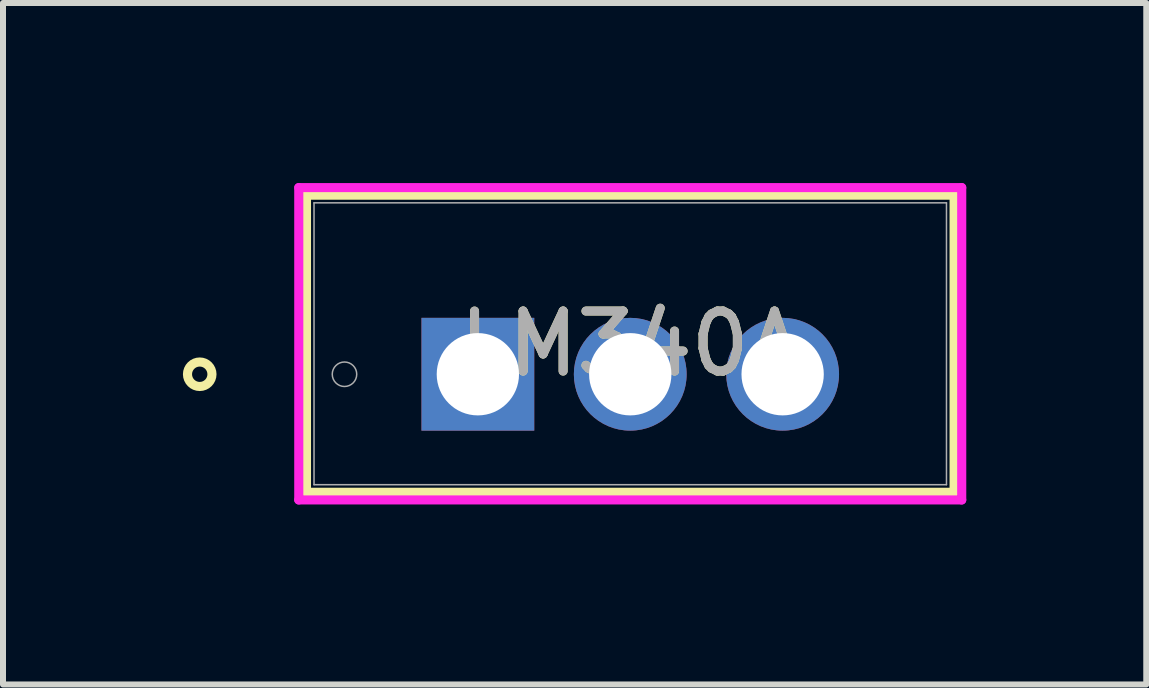
<source format=kicad_pcb>
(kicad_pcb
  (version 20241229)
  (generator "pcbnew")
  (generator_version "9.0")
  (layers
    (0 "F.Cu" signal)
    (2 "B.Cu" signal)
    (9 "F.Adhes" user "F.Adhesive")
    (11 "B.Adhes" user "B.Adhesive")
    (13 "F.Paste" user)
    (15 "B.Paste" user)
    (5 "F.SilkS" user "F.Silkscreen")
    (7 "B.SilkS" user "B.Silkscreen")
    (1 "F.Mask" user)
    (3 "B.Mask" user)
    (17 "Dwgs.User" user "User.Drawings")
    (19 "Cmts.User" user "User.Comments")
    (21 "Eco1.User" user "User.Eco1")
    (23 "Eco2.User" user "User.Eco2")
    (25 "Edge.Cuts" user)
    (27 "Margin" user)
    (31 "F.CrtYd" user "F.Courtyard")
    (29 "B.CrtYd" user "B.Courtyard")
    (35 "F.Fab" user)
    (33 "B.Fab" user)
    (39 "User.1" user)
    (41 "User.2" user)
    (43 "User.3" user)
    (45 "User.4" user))
  (footprint "LM340A"
    (layer "F.Cu")
    (at 4.915 3.188)
    (property "Reference" "LM340A" (at 2.54 -0.508 0) (unlocked yes) (layer "F.SilkS") (effects (font (size 1 1) (thickness 0.15))))
    (attr through_hole)
    (fp_line (start -2.857 -2.985) (end -2.857 1.968) (stroke (width 0.152) (type solid)) (layer "F.SilkS"))
    (fp_line (start -2.857 1.968) (end 7.938 1.968) (stroke (width 0.152) (type solid)) (layer "F.SilkS"))
    (fp_line (start 7.938 -2.985) (end -2.857 -2.985) (stroke (width 0.152) (type solid)) (layer "F.SilkS"))
    (fp_line (start 7.938 1.968) (end 7.938 -2.985) (stroke (width 0.152) (type solid)) (layer "F.SilkS"))
    (fp_circle (center -4.636 0) (end -4.432 0) (stroke (width 0.152) (type solid)) (fill no) (layer "F.SilkS"))
    (fp_line (start -2.985 -3.111) (end 8.065 -3.111) (stroke (width 0.152) (type solid)) (layer "F.CrtYd"))
    (fp_line (start -2.985 2.095) (end -2.985 -3.111) (stroke (width 0.152) (type solid)) (layer "F.CrtYd"))
    (fp_line (start 8.065 -3.111) (end 8.065 2.095) (stroke (width 0.152) (type solid)) (layer "F.CrtYd"))
    (fp_line (start 8.065 2.095) (end -2.985 2.095) (stroke (width 0.152) (type solid)) (layer "F.CrtYd"))
    (fp_line (start -2.731 -2.857) (end -2.731 1.841) (stroke (width 0.025) (type solid)) (layer "F.Fab"))
    (fp_line (start -2.731 1.841) (end 7.811 1.841) (stroke (width 0.025) (type solid)) (layer "F.Fab"))
    (fp_line (start -0.254 0) (end 0.254 0) (stroke (width 0.152) (type solid)) (layer "F.Fab"))
    (fp_line (start 0 0.254) (end 0 -0.254) (stroke (width 0.152) (type solid)) (layer "F.Fab"))
    (fp_line (start 7.811 -2.857) (end -2.731 -2.857) (stroke (width 0.025) (type solid)) (layer "F.Fab"))
    (fp_line (start 7.811 1.841) (end 7.811 -2.857) (stroke (width 0.025) (type solid)) (layer "F.Fab"))
    (fp_circle (center -2.223 0) (end -2.019 0) (stroke (width 0.025) (type solid)) (fill no) (layer "F.Fab"))
    (fp_text user "${REFERENCE}" (at 2.54 -0.508 0) (unlocked yes) (layer "F.Fab") (effects (font (size 1 1) (thickness 0.15))))
    (pad "1" thru_hole rect (at 0 0) (size 1.88 1.88) (drill 1.372) (layers "*.Cu" "*.Mask"))
    (pad "2" thru_hole circle (at 2.54 0) (size 1.88 1.88) (drill 1.372) (layers "*.Cu" "*.Mask"))
    (pad "3" thru_hole circle (at 5.08 0) (size 1.88 1.88) (drill 1.372) (layers "*.Cu" "*.Mask")))
  (gr_rect
    (start -3 -3)
    (end 16.056 8.359)
    (stroke (width 0.1) (type default))
    (fill no)
    (layer "Edge.Cuts")))
</source>
